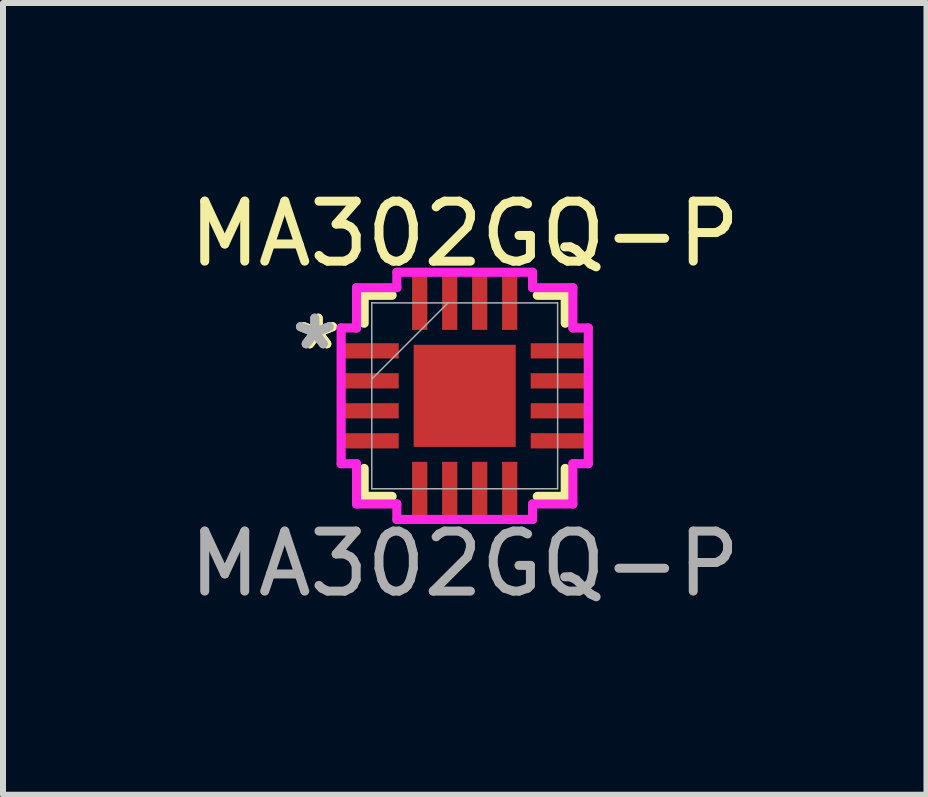
<source format=kicad_pcb>
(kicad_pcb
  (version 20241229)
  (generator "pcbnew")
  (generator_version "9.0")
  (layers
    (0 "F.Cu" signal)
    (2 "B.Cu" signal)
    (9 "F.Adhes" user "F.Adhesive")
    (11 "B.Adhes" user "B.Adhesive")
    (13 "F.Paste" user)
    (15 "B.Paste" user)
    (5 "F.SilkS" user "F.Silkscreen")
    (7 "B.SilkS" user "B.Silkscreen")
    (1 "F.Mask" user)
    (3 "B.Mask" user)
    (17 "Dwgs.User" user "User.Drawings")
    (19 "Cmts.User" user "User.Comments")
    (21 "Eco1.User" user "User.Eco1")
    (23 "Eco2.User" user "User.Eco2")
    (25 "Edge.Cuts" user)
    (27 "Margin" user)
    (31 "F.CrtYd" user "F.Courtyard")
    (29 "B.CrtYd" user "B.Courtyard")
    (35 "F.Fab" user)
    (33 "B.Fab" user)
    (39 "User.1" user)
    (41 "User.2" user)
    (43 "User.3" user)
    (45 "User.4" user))
  (footprint "MA302GQ-P"
    (layer "F.Cu")
    (at 4.696 3.548)
    (property "Reference" "MA302GQ-P" (at 0 -2.7 0) (unlocked yes) (layer "F.SilkS") (effects (font (size 1 1) (thickness 0.15))))
    (attr smd)
    (fp_line (start -1.676 -1.676) (end -1.676 -1.21) (stroke (width 0.152) (type solid)) (layer "F.SilkS"))
    (fp_line (start -1.676 1.21) (end -1.676 1.676) (stroke (width 0.152) (type solid)) (layer "F.SilkS"))
    (fp_line (start -1.676 1.676) (end -1.21 1.676) (stroke (width 0.152) (type solid)) (layer "F.SilkS"))
    (fp_line (start -1.21 -1.676) (end -1.676 -1.676) (stroke (width 0.152) (type solid)) (layer "F.SilkS"))
    (fp_line (start 1.21 1.676) (end 1.676 1.676) (stroke (width 0.152) (type solid)) (layer "F.SilkS"))
    (fp_line (start 1.676 -1.676) (end 1.21 -1.676) (stroke (width 0.152) (type solid)) (layer "F.SilkS"))
    (fp_line (start 1.676 -1.21) (end 1.676 -1.676) (stroke (width 0.152) (type solid)) (layer "F.SilkS"))
    (fp_line (start 1.676 1.676) (end 1.676 1.21) (stroke (width 0.152) (type solid)) (layer "F.SilkS"))
    (fp_line (start -2.06 -1.131) (end -1.803 -1.131) (stroke (width 0.152) (type solid)) (layer "F.CrtYd"))
    (fp_line (start -2.06 1.131) (end -2.06 -1.131) (stroke (width 0.152) (type solid)) (layer "F.CrtYd"))
    (fp_line (start -1.803 -1.803) (end -1.131 -1.803) (stroke (width 0.152) (type solid)) (layer "F.CrtYd"))
    (fp_line (start -1.803 -1.131) (end -1.803 -1.803) (stroke (width 0.152) (type solid)) (layer "F.CrtYd"))
    (fp_line (start -1.803 1.131) (end -2.06 1.131) (stroke (width 0.152) (type solid)) (layer "F.CrtYd"))
    (fp_line (start -1.803 1.803) (end -1.803 1.131) (stroke (width 0.152) (type solid)) (layer "F.CrtYd"))
    (fp_line (start -1.131 -2.06) (end 1.131 -2.06) (stroke (width 0.152) (type solid)) (layer "F.CrtYd"))
    (fp_line (start -1.131 -1.803) (end -1.131 -2.06) (stroke (width 0.152) (type solid)) (layer "F.CrtYd"))
    (fp_line (start -1.131 1.803) (end -1.803 1.803) (stroke (width 0.152) (type solid)) (layer "F.CrtYd"))
    (fp_line (start -1.131 2.06) (end -1.131 1.803) (stroke (width 0.152) (type solid)) (layer "F.CrtYd"))
    (fp_line (start 1.131 -2.06) (end 1.131 -1.803) (stroke (width 0.152) (type solid)) (layer "F.CrtYd"))
    (fp_line (start 1.131 -1.803) (end 1.803 -1.803) (stroke (width 0.152) (type solid)) (layer "F.CrtYd"))
    (fp_line (start 1.131 1.803) (end 1.131 2.06) (stroke (width 0.152) (type solid)) (layer "F.CrtYd"))
    (fp_line (start 1.131 2.06) (end -1.131 2.06) (stroke (width 0.152) (type solid)) (layer "F.CrtYd"))
    (fp_line (start 1.803 -1.803) (end 1.803 -1.131) (stroke (width 0.152) (type solid)) (layer "F.CrtYd"))
    (fp_line (start 1.803 -1.131) (end 2.06 -1.131) (stroke (width 0.152) (type solid)) (layer "F.CrtYd"))
    (fp_line (start 1.803 1.131) (end 1.803 1.803) (stroke (width 0.152) (type solid)) (layer "F.CrtYd"))
    (fp_line (start 1.803 1.803) (end 1.131 1.803) (stroke (width 0.152) (type solid)) (layer "F.CrtYd"))
    (fp_line (start 2.06 -1.131) (end 2.06 1.131) (stroke (width 0.152) (type solid)) (layer "F.CrtYd"))
    (fp_line (start 2.06 1.131) (end 1.803 1.131) (stroke (width 0.152) (type solid)) (layer "F.CrtYd"))
    (fp_line (start -1.549 -1.549) (end -1.549 1.549) (stroke (width 0.025) (type solid)) (layer "F.Fab"))
    (fp_line (start -1.549 -0.279) (end -0.279 -1.549) (stroke (width 0.025) (type solid)) (layer "F.Fab"))
    (fp_line (start -1.549 1.549) (end 1.549 1.549) (stroke (width 0.025) (type solid)) (layer "F.Fab"))
    (fp_line (start 1.549 -1.549) (end -1.549 -1.549) (stroke (width 0.025) (type solid)) (layer "F.Fab"))
    (fp_line (start 1.549 1.549) (end 1.549 -1.549) (stroke (width 0.025) (type solid)) (layer "F.Fab"))
    (fp_text user "*" (at -2.441 -0.75 0) (layer "F.SilkS") (effects (font (size 1 1) (thickness 0.15))))
    (fp_text user "*" (at -2.441 -0.75 0) (unlocked yes) (layer "F.SilkS") (effects (font (size 1 1) (thickness 0.15))))
    (fp_text user "${REFERENCE}" (at 0 2.8 0) (unlocked yes) (layer "F.Fab") (effects (font (size 1 1) (thickness 0.15))))
    (fp_text user "*" (at -2.5 -0.75 0) (unlocked yes) (layer "F.Fab") (effects (font (size 1 1) (thickness 0.15))))
    (fp_text user "*" (at -2.5 -0.75 0) (layer "F.Fab") (effects (font (size 1 1) (thickness 0.15))))
    (pad "1" smd rect (at -1.55 -0.75) (size 0.9 0.254) (layers "F.Cu" "F.Mask" "F.Paste"))
    (pad "2" smd rect (at -1.55 -0.25) (size 0.9 0.254) (layers "F.Cu" "F.Mask" "F.Paste"))
    (pad "3" smd rect (at -1.55 0.25) (size 0.9 0.254) (layers "F.Cu" "F.Mask" "F.Paste"))
    (pad "4" smd rect (at -1.55 0.75) (size 0.9 0.254) (layers "F.Cu" "F.Mask" "F.Paste"))
    (pad "5" smd rect (at -0.75 1.55 90) (size 0.9 0.254) (layers "F.Cu" "F.Mask" "F.Paste"))
    (pad "6" smd rect (at -0.25 1.55 90) (size 0.9 0.254) (layers "F.Cu" "F.Mask" "F.Paste"))
    (pad "7" smd rect (at 0.25 1.55 90) (size 0.9 0.254) (layers "F.Cu" "F.Mask" "F.Paste"))
    (pad "8" smd rect (at 0.75 1.55 90) (size 0.9 0.254) (layers "F.Cu" "F.Mask" "F.Paste"))
    (pad "9" smd rect (at 1.55 0.75) (size 0.9 0.254) (layers "F.Cu" "F.Mask" "F.Paste"))
    (pad "10" smd rect (at 1.55 0.25) (size 0.9 0.254) (layers "F.Cu" "F.Mask" "F.Paste"))
    (pad "11" smd rect (at 1.55 -0.25) (size 0.9 0.254) (layers "F.Cu" "F.Mask" "F.Paste"))
    (pad "12" smd rect (at 1.55 -0.75) (size 0.9 0.254) (layers "F.Cu" "F.Mask" "F.Paste"))
    (pad "13" smd rect (at 0.75 -1.55 90) (size 0.9 0.254) (layers "F.Cu" "F.Mask" "F.Paste"))
    (pad "14" smd rect (at 0.25 -1.55 90) (size 0.9 0.254) (layers "F.Cu" "F.Mask" "F.Paste"))
    (pad "15" smd rect (at -0.25 -1.55 90) (size 0.9 0.254) (layers "F.Cu" "F.Mask" "F.Paste"))
    (pad "16" smd rect (at -0.75 -1.55 90) (size 0.9 0.254) (layers "F.Cu" "F.Mask" "F.Paste"))
    (pad "17" smd rect (at 0 0) (size 1.702 1.702) (layers "F.Cu" "F.Mask" "F.Paste")))
  (gr_rect
    (start -3 -3)
    (end 12.393 10.197)
    (stroke (width 0.1) (type default))
    (fill no)
    (layer "Edge.Cuts")))
</source>
